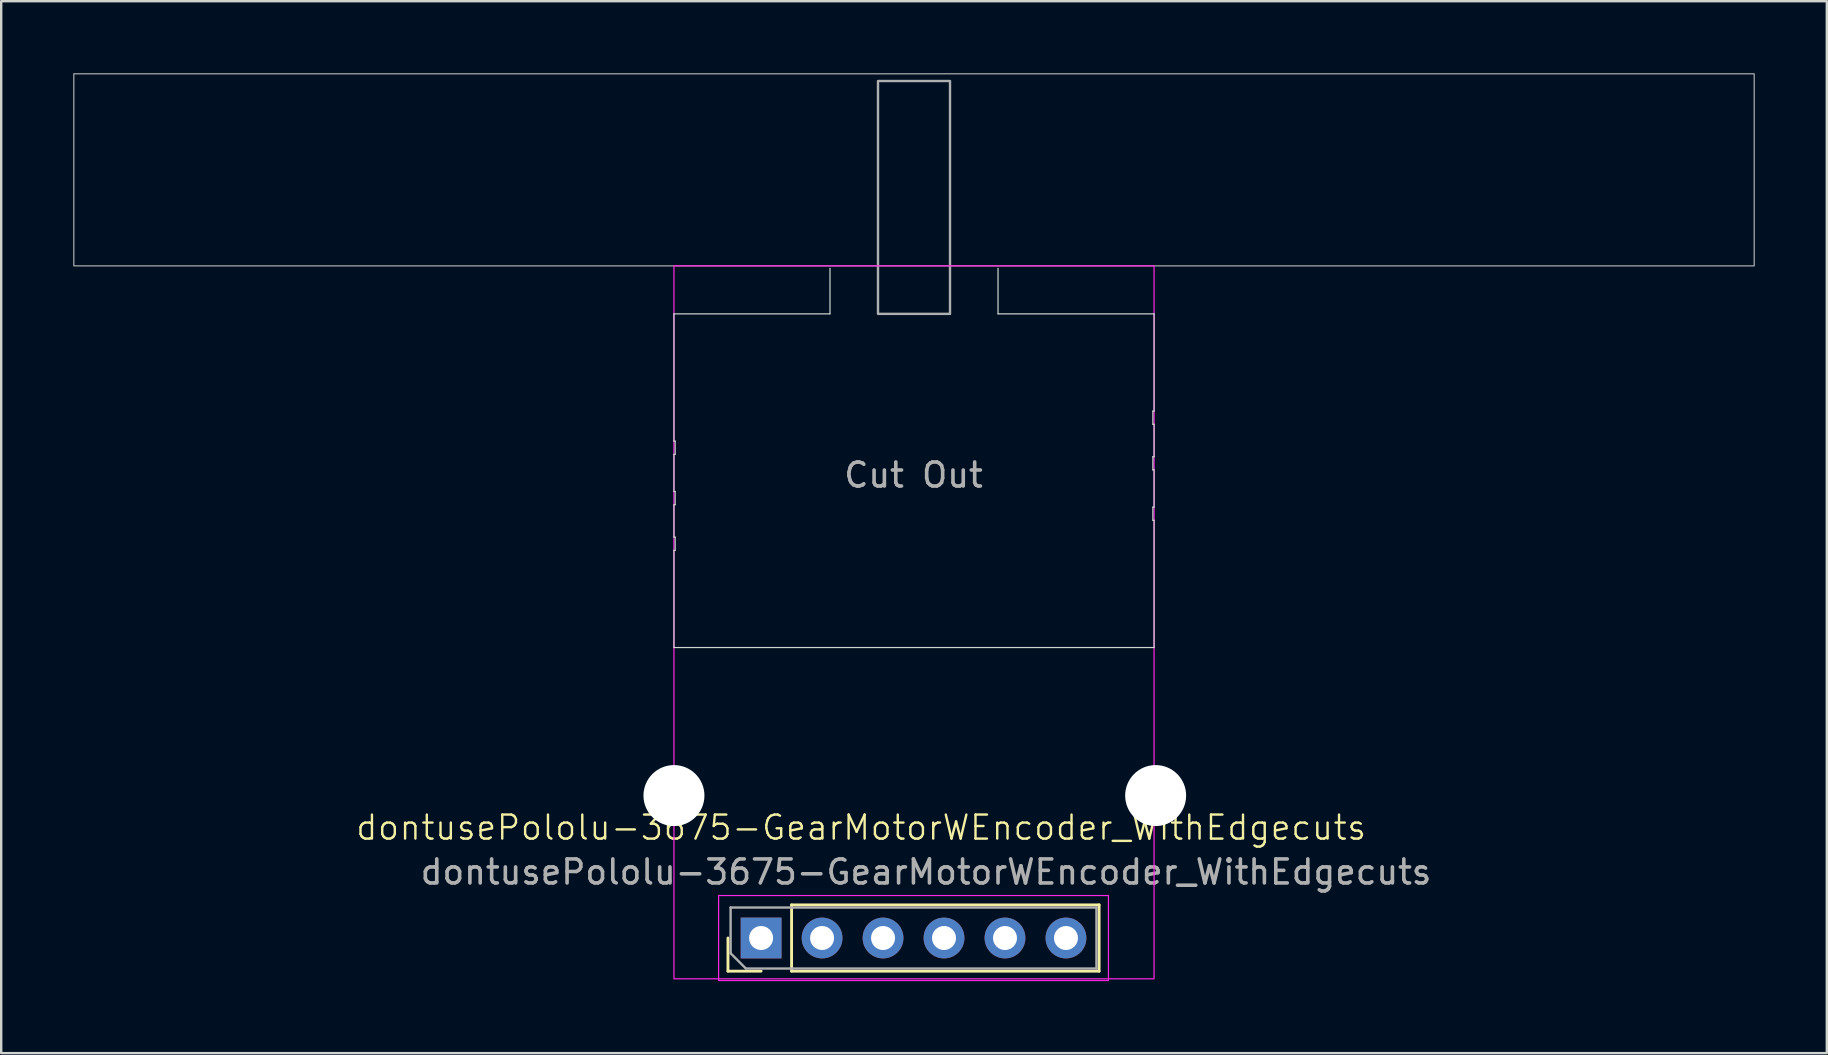
<source format=kicad_pcb>
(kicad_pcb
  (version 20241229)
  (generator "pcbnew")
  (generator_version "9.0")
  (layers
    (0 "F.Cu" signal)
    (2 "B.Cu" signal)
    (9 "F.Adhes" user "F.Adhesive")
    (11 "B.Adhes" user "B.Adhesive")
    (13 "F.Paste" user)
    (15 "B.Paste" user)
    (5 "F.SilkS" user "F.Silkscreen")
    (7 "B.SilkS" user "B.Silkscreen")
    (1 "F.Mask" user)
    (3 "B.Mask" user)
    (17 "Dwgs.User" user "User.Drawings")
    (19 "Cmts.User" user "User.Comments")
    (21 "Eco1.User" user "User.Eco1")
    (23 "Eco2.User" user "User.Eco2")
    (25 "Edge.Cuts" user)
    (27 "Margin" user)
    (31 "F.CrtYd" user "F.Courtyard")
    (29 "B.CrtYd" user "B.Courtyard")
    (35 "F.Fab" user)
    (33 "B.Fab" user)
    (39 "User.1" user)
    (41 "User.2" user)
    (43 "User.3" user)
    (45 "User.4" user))
  (footprint "dontusePololu-3675-GearMotorWEncoder_WithEdgecuts"
    (layer "F.Cu")
    (at 28.655 36.025)
    (property "Reference" "dontusePololu-3675-GearMotorWEncoder_WithEdgecuts" (at 4.17 -4.6 0) (unlocked yes) (layer "F.SilkS") (effects (font (size 1 1) (thickness 0.1))))
    (attr through_hole)
    (fp_line (start -1.38 1.38) (end -1.38 0) (stroke (width 0.12) (type solid)) (layer "F.SilkS"))
    (fp_line (start 0 1.38) (end -1.38 1.38) (stroke (width 0.12) (type solid)) (layer "F.SilkS"))
    (fp_line (start 1.27 -1.38) (end 14.08 -1.38) (stroke (width 0.12) (type solid)) (layer "F.SilkS"))
    (fp_line (start 1.27 1.38) (end 1.27 -1.38) (stroke (width 0.12) (type solid)) (layer "F.SilkS"))
    (fp_line (start 1.27 1.38) (end 14.08 1.38) (stroke (width 0.12) (type solid)) (layer "F.SilkS"))
    (fp_line (start 14.08 1.38) (end 14.08 -1.38) (stroke (width 0.12) (type solid)) (layer "F.SilkS"))
    (fp_line (start -3.63 -26) (end 2.87 -26) (stroke (width 0.05) (type default)) (layer "Edge.Cuts"))
    (fp_line (start -3.63 -20.7) (end -3.63 -26) (stroke (width 0.05) (type default)) (layer "Edge.Cuts"))
    (fp_line (start -3.63 -20.7) (end -3.58 -20.7) (stroke (width 0.05) (type default)) (layer "Edge.Cuts"))
    (fp_line (start -3.63 -20.15) (end -3.63 -18.6) (stroke (width 0.05) (type default)) (layer "Edge.Cuts"))
    (fp_line (start -3.63 -20.15) (end -3.58 -20.15) (stroke (width 0.05) (type default)) (layer "Edge.Cuts"))
    (fp_line (start -3.63 -18.6) (end -3.58 -18.6) (stroke (width 0.05) (type default)) (layer "Edge.Cuts"))
    (fp_line (start -3.63 -18.05) (end -3.58 -18.05) (stroke (width 0.05) (type default)) (layer "Edge.Cuts"))
    (fp_line (start -3.63 -16.7) (end -3.63 -18.05) (stroke (width 0.05) (type default)) (layer "Edge.Cuts"))
    (fp_line (start -3.63 -16.7) (end -3.58 -16.7) (stroke (width 0.05) (type default)) (layer "Edge.Cuts"))
    (fp_line (start -3.63 -16.15) (end -3.63 -12.1) (stroke (width 0.05) (type default)) (layer "Edge.Cuts"))
    (fp_line (start -3.63 -16.15) (end -3.58 -16.15) (stroke (width 0.05) (type default)) (layer "Edge.Cuts"))
    (fp_line (start -3.58 -20.15) (end -3.58 -20.7) (stroke (width 0.05) (type default)) (layer "Edge.Cuts"))
    (fp_line (start -3.58 -18.05) (end -3.58 -18.6) (stroke (width 0.05) (type default)) (layer "Edge.Cuts"))
    (fp_line (start -3.58 -16.15) (end -3.58 -16.7) (stroke (width 0.05) (type default)) (layer "Edge.Cuts"))
    (fp_line (start 2.87 -26) (end 2.87 -27.9) (stroke (width 0.05) (type default)) (layer "Edge.Cuts"))
    (fp_line (start 9.87 -27.9) (end 9.87 -26) (stroke (width 0.05) (type default)) (layer "Edge.Cuts"))
    (fp_line (start 9.87 -26) (end 16.37 -26) (stroke (width 0.05) (type default)) (layer "Edge.Cuts"))
    (fp_line (start 16.32 -21.95) (end 16.32 -21.4) (stroke (width 0.05) (type default)) (layer "Edge.Cuts"))
    (fp_line (start 16.32 -20.05) (end 16.32 -19.5) (stroke (width 0.05) (type default)) (layer "Edge.Cuts"))
    (fp_line (start 16.32 -17.95) (end 16.32 -17.4) (stroke (width 0.05) (type default)) (layer "Edge.Cuts"))
    (fp_line (start 16.37 -21.95) (end 16.32 -21.95) (stroke (width 0.05) (type default)) (layer "Edge.Cuts"))
    (fp_line (start 16.37 -21.95) (end 16.37 -26) (stroke (width 0.05) (type default)) (layer "Edge.Cuts"))
    (fp_line (start 16.37 -21.4) (end 16.32 -21.4) (stroke (width 0.05) (type default)) (layer "Edge.Cuts"))
    (fp_line (start 16.37 -21.4) (end 16.37 -20.05) (stroke (width 0.05) (type default)) (layer "Edge.Cuts"))
    (fp_line (start 16.37 -20.05) (end 16.32 -20.05) (stroke (width 0.05) (type default)) (layer "Edge.Cuts"))
    (fp_line (start 16.37 -19.5) (end 16.32 -19.5) (stroke (width 0.05) (type default)) (layer "Edge.Cuts"))
    (fp_line (start 16.37 -17.95) (end 16.32 -17.95) (stroke (width 0.05) (type default)) (layer "Edge.Cuts"))
    (fp_line (start 16.37 -17.95) (end 16.37 -19.5) (stroke (width 0.05) (type default)) (layer "Edge.Cuts"))
    (fp_line (start 16.37 -17.4) (end 16.32 -17.4) (stroke (width 0.05) (type default)) (layer "Edge.Cuts"))
    (fp_line (start 16.37 -17.4) (end 16.37 -12.1) (stroke (width 0.05) (type default)) (layer "Edge.Cuts"))
    (fp_line (start 16.37 -12.1) (end -3.63 -12.1) (stroke (width 0.05) (type default)) (layer "Edge.Cuts"))
    (fp_line (start -1.77 -1.77) (end -1.77 1.77) (stroke (width 0.05) (type solid)) (layer "F.CrtYd"))
    (fp_line (start -1.77 1.77) (end 14.47 1.77) (stroke (width 0.05) (type solid)) (layer "F.CrtYd"))
    (fp_line (start 14.47 -1.77) (end -1.77 -1.77) (stroke (width 0.05) (type solid)) (layer "F.CrtYd"))
    (fp_line (start 14.47 1.77) (end 14.47 -1.77) (stroke (width 0.05) (type solid)) (layer "F.CrtYd"))
    (fp_rect (start -3.63 -28) (end 16.37 1.7) (stroke (width 0.05) (type default)) (fill no) (layer "F.CrtYd"))
    (fp_line (start -1.27 -1.27) (end 13.97 -1.27) (stroke (width 0.1) (type solid)) (layer "F.Fab"))
    (fp_line (start -1.27 0.635) (end -1.27 -1.27) (stroke (width 0.1) (type solid)) (layer "F.Fab"))
    (fp_line (start -0.635 1.27) (end -1.27 0.635) (stroke (width 0.1) (type solid)) (layer "F.Fab"))
    (fp_line (start 13.97 -1.27) (end 13.97 1.27) (stroke (width 0.1) (type solid)) (layer "F.Fab"))
    (fp_line (start 13.97 1.27) (end -0.635 1.27) (stroke (width 0.1) (type solid)) (layer "F.Fab"))
    (fp_rect (start -28.63 -36) (end 41.37 -28) (stroke (width 0.05) (type solid)) (fill no) (layer "F.Fab"))
    (fp_rect (start 4.87 -35.7) (end 7.87 -26) (stroke (width 0.1) (type solid)) (fill no) (layer "F.Fab"))
    (fp_text user "${REFERENCE}" (at 6.87 -2.75 0) (unlocked yes) (layer "F.Fab") (effects (font (size 1 1) (thickness 0.15))))
    (fp_text user "Cut Out" (at 3.37 -18.7 0) (unlocked yes) (layer "F.Fab") (effects (font (size 1 1) (thickness 0.15)) (justify left bottom)))
    (pad "" np_thru_hole circle (at -3.63 -5.934) (size 2.54 2.54) (drill 2.6) (layers "*.Cu" "*.Mask"))
    (pad "" np_thru_hole circle (at 16.436 -5.934) (size 2.54 2.54) (drill 2.6) (layers "*.Cu" "*.Mask"))
    (pad "1" thru_hole rect (at 0 0 90) (size 1.7 1.7) (drill 1) (layers "*.Cu" "*.Mask"))
    (pad "2" thru_hole circle (at 2.54 0 90) (size 1.7 1.7) (drill 1) (layers "*.Cu" "*.Mask"))
    (pad "3" thru_hole circle (at 5.08 0 90) (size 1.7 1.7) (drill 1) (layers "*.Cu" "*.Mask"))
    (pad "4" thru_hole circle (at 7.62 0 90) (size 1.7 1.7) (drill 1) (layers "*.Cu" "*.Mask"))
    (pad "5" thru_hole circle (at 10.16 0 90) (size 1.7 1.7) (drill 1) (layers "*.Cu" "*.Mask"))
    (pad "6" thru_hole circle (at 12.7 0 90) (size 1.7 1.7) (drill 1) (layers "*.Cu" "*.Mask")))
  (gr_rect
    (start -3 -3)
    (end 73.05 40.82)
    (stroke (width 0.1) (type default))
    (fill no)
    (layer "Edge.Cuts")))
</source>
